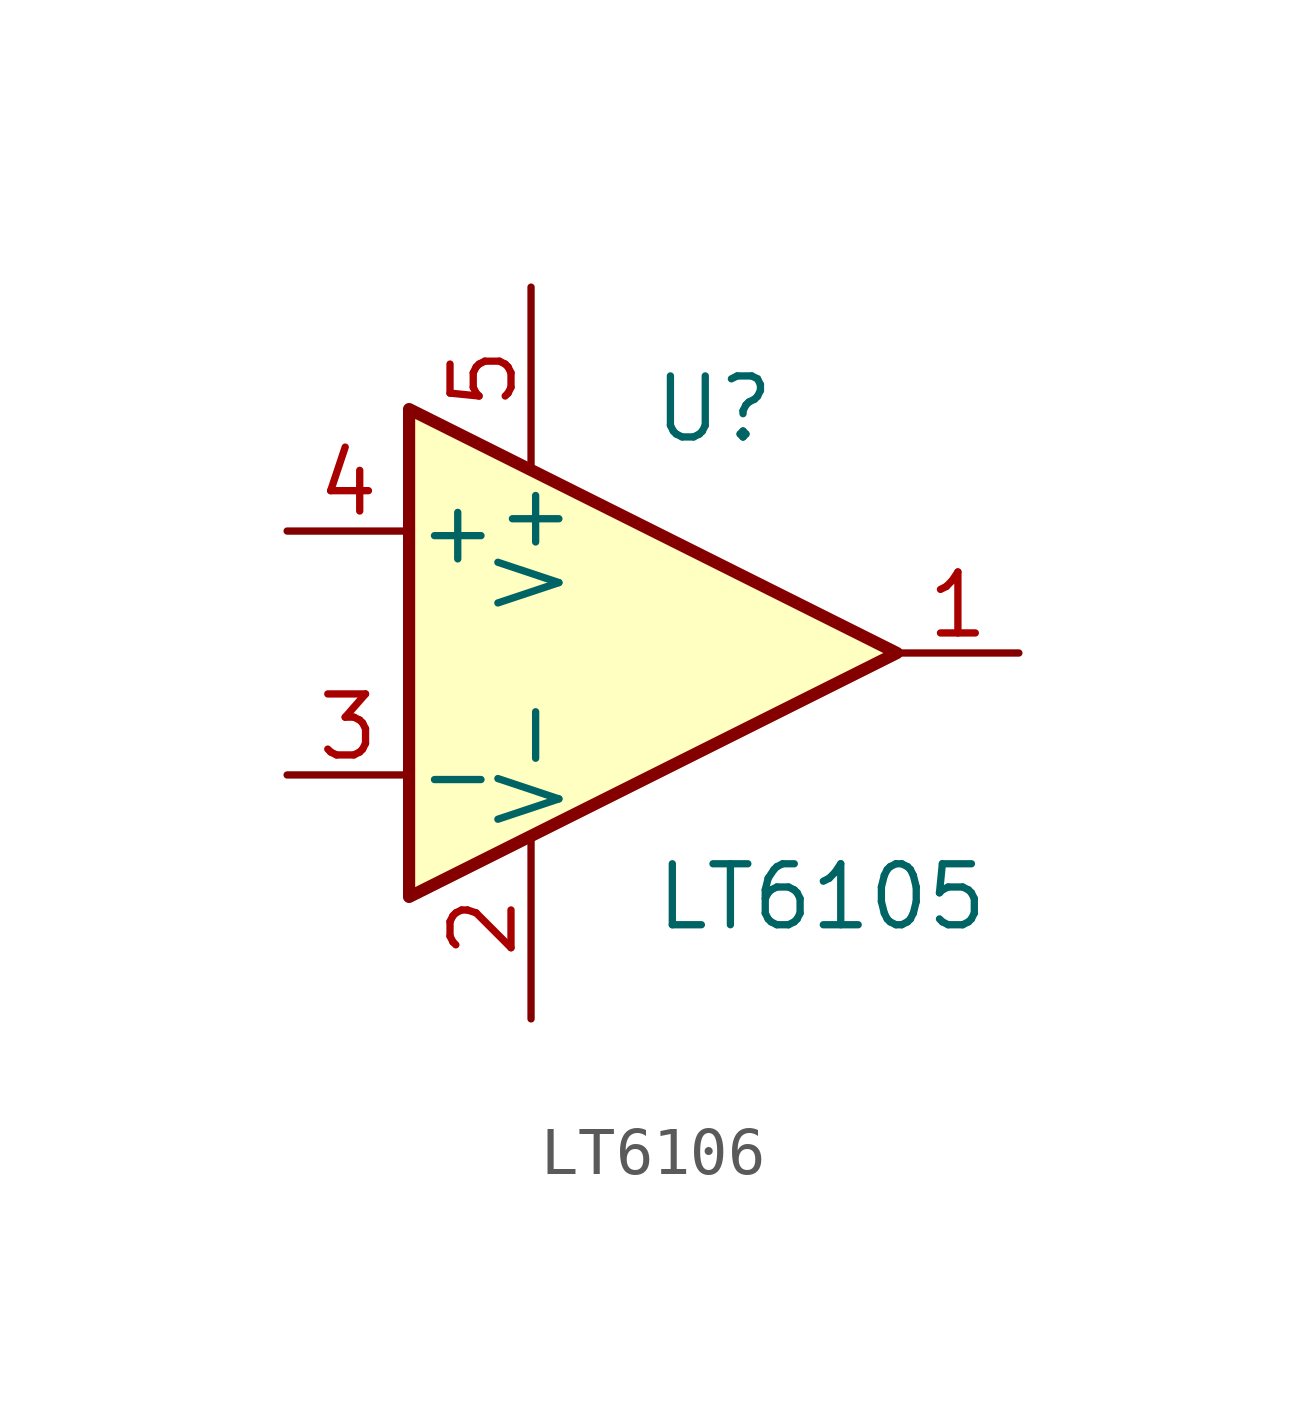
<source format=kicad_sym>
(kicad_symbol_lib
  (version 20241209)
  (generator "kicad_symbol_editor")
  (generator_version "9.0")
  (symbol "LT6106"
    (pin_names
      (offset 0.127))
    (property "Reference" "U"
      (at 1.27 5.08 0)
      (effects (font (size 1.27 1.27))))
    (property "Value" "LT6105"
      (at 0 -5.08 0)
      (effects (font (size 1.27 1.27)) (justify left)))
    (symbol "LT6106_0_1"
      (polyline (pts (xy -5.08 5.08) (xy 5.08 0) (xy -5.08 -5.08) (xy -5.08 5.08)) (stroke (width 0.254) (type default)) (fill (type background))))
    (symbol "LT6106_1_1"
      (pin input line (at -7.62 2.54 0) (length 2.54) (name "+" (effects (font (size 1.27 1.27)))) (number "4" (effects (font (size 1.27 1.27)))))
      (pin input line (at -7.62 -2.54 0) (length 2.54) (name "-" (effects (font (size 1.27 1.27)))) (number "3" (effects (font (size 1.27 1.27)))))
      (pin power_in line (at -2.54 7.62 270) (length 3.81) (name "V+" (effects (font (size 1.27 1.27)))) (number "5" (effects (font (size 1.27 1.27)))))
      (pin power_in line (at -2.54 -7.62 90) (length 3.81) (name "V-" (effects (font (size 1.27 1.27)))) (number "2" (effects (font (size 1.27 1.27)))))
      (pin open_collector line (at 7.62 0 180) (length 2.54) (name "~" (effects (font (size 1.27 1.27)))) (number "1" (effects (font (size 1.27 1.27))))))))
</source>
